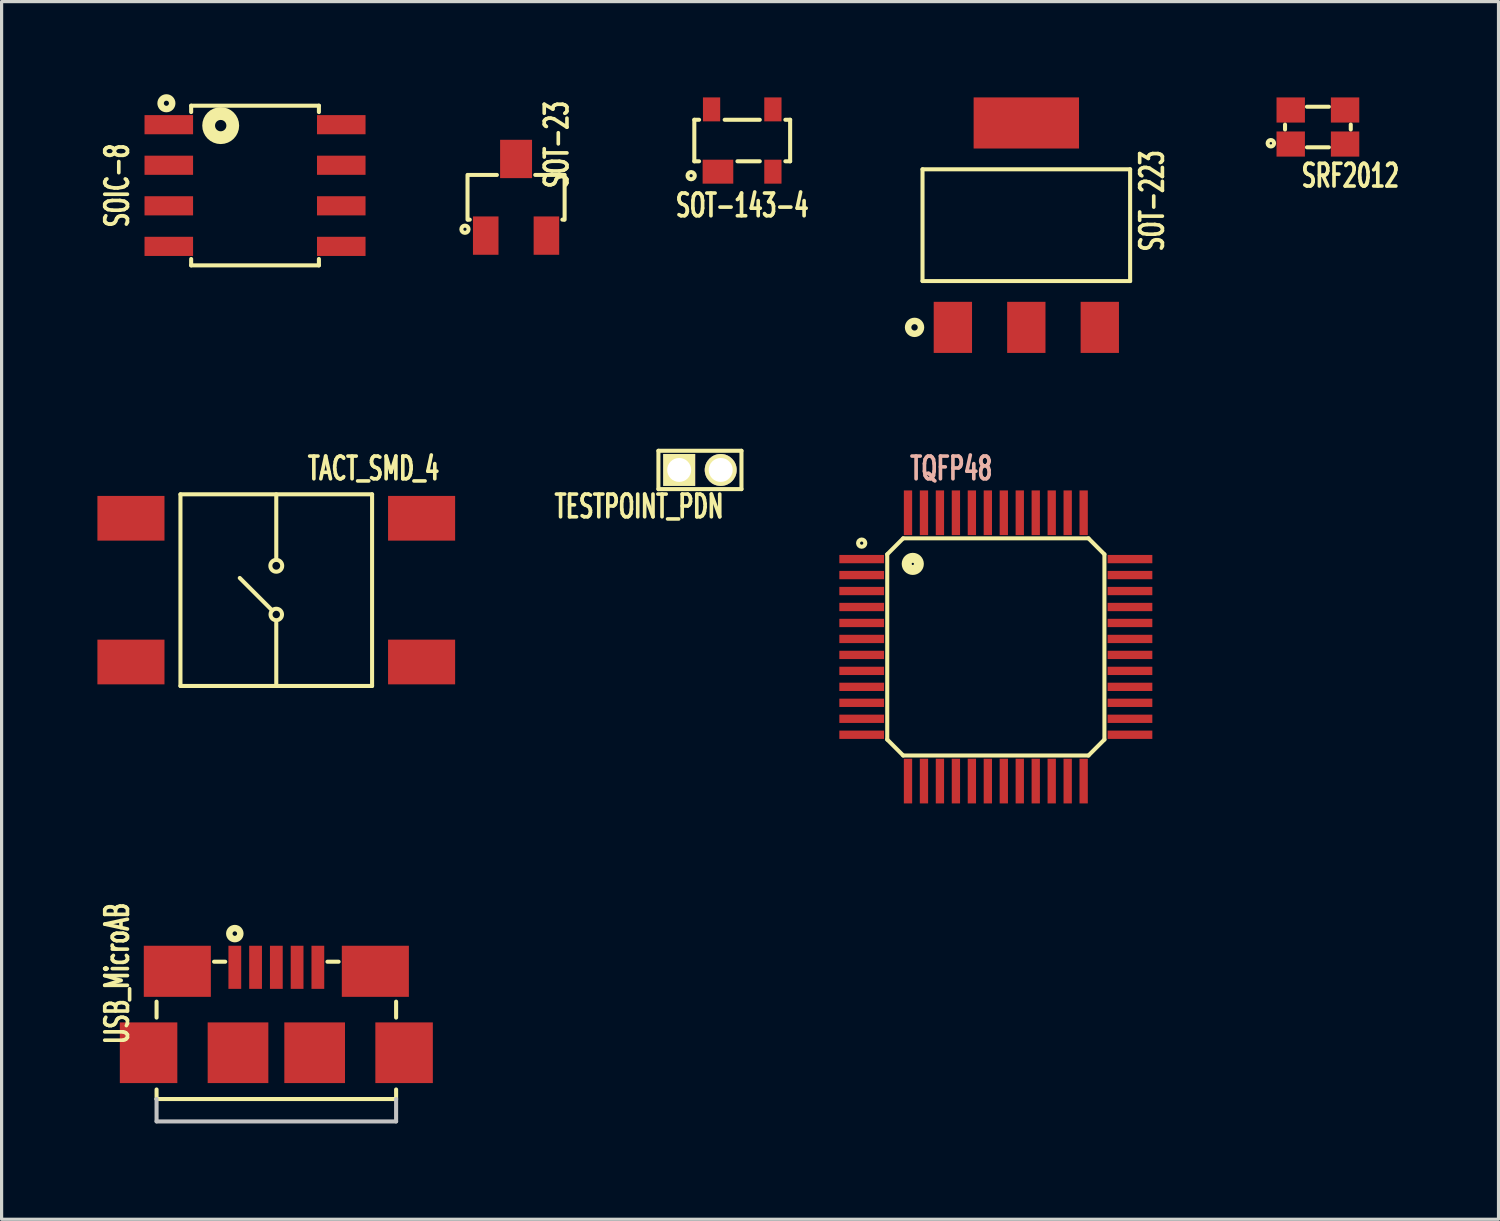
<source format=kicad_pcb>
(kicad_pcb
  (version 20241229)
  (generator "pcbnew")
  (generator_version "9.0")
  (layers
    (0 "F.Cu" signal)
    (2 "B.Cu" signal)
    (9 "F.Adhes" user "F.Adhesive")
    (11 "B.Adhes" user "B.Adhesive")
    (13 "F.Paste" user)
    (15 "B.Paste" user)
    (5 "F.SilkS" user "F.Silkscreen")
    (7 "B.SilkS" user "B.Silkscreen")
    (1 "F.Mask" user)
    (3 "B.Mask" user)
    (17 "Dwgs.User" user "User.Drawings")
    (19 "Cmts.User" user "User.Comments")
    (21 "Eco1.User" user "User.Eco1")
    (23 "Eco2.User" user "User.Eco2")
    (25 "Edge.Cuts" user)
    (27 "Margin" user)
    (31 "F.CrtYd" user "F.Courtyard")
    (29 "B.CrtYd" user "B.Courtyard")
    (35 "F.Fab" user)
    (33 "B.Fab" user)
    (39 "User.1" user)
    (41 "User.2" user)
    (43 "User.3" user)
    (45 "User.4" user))
  (footprint "TESTPOINT_PDN"
    (layer "F.Cu")
    (at 18.865 11.664)
    (property "Reference" "TESTPOINT_PDN" (at -1.905 1.143 0) (layer "F.SilkS") (effects (font (size 0.711 0.457) (thickness 0.114))))
    (attr through_hole)
    (fp_line (start -1.3 -0.6) (end 1.3 -0.6) (stroke (width 0.127) (type solid)) (layer "F.SilkS"))
    (fp_line (start -1.3 0.6) (end -1.3 -0.6) (stroke (width 0.127) (type solid)) (layer "F.SilkS"))
    (fp_line (start 1.3 -0.6) (end 1.3 0.6) (stroke (width 0.127) (type solid)) (layer "F.SilkS"))
    (fp_line (start 1.3 0.6) (end -1.3 0.6) (stroke (width 0.127) (type solid)) (layer "F.SilkS"))
    (pad "1" thru_hole rect (at -0.65 0) (size 1 1) (drill 0.75) (layers "*.Cu" "*.Mask" "F.SilkS"))
    (pad "2" thru_hole circle (at 0.65 0) (size 1 1) (drill 0.75) (layers "*.Cu" "*.Mask" "F.SilkS")))
  (footprint "SOT-143-4"
    (layer "F.Cu")
    (at 20.189 1.35)
    (property "Reference" "SOT-143-4" (at 0 2.032 0) (layer "F.SilkS") (effects (font (size 0.711 0.457) (thickness 0.114))))
    (attr smd)
    (fp_line (start -1.5 -0.65) (end -1.5 0.65) (stroke (width 0.127) (type solid)) (layer "F.SilkS"))
    (fp_line (start -1.5 -0.65) (end -1.35 -0.65) (stroke (width 0.127) (type solid)) (layer "F.SilkS"))
    (fp_line (start -1.5 0.65) (end -1.35 0.65) (stroke (width 0.127) (type solid)) (layer "F.SilkS"))
    (fp_line (start -0.55 -0.65) (end 0.55 -0.65) (stroke (width 0.127) (type solid)) (layer "F.SilkS"))
    (fp_line (start -0.15 0.65) (end 0.55 0.65) (stroke (width 0.127) (type solid)) (layer "F.SilkS"))
    (fp_line (start 1.5 -0.65) (end 1.35 -0.65) (stroke (width 0.127) (type solid)) (layer "F.SilkS"))
    (fp_line (start 1.5 -0.65) (end 1.5 0.65) (stroke (width 0.127) (type solid)) (layer "F.SilkS"))
    (fp_line (start 1.5 0.65) (end 1.35 0.65) (stroke (width 0.127) (type solid)) (layer "F.SilkS"))
    (fp_circle (center -1.6 1.1) (end -1.55 1.1) (stroke (width 0.127) (type solid)) (fill no) (layer "F.SilkS"))
    (pad "1" smd rect (at -0.76 0.975) (size 0.96 0.75) (layers "F.Cu" "F.Mask" "F.Paste"))
    (pad "2" smd rect (at 0.96 0.975) (size 0.54 0.75) (layers "F.Cu" "F.Mask" "F.Paste"))
    (pad "3" smd rect (at 0.96 -0.975) (size 0.54 0.75) (layers "F.Cu" "F.Mask" "F.Paste"))
    (pad "4" smd rect (at -0.96 -0.975) (size 0.54 0.75) (layers "F.Cu" "F.Mask" "F.Paste")))
  (footprint "SOT-23"
    (layer "F.Cu")
    (at 13.108 3.127)
    (property "Reference" "SOT-23" (at 1.27 -1.651 270) (layer "F.SilkS") (effects (font (size 0.711 0.457) (thickness 0.114))))
    (attr through_hole)
    (fp_line (start -1.52 0.7) (end -1.52 -0.7) (stroke (width 0.127) (type solid)) (layer "F.SilkS"))
    (fp_line (start -1.499 -0.7) (end -0.6 -0.7) (stroke (width 0.127) (type solid)) (layer "F.SilkS"))
    (fp_line (start -1.45 0.7) (end -1.499 0.7) (stroke (width 0.127) (type solid)) (layer "F.SilkS"))
    (fp_line (start 0.6 -0.7) (end 1.499 -0.7) (stroke (width 0.127) (type solid)) (layer "F.SilkS"))
    (fp_line (start 1.499 0.7) (end 1.45 0.7) (stroke (width 0.127) (type solid)) (layer "F.SilkS"))
    (fp_line (start 1.52 -0.7) (end 1.52 0.7) (stroke (width 0.127) (type solid)) (layer "F.SilkS"))
    (fp_circle (center -1.6 1) (end -1.6 0.95) (stroke (width 0.127) (type solid)) (fill no) (layer "F.SilkS"))
    (pad "1" smd rect (at -0.95 1.2) (size 0.8 1.2) (layers "F.Cu" "F.Mask" "F.Paste"))
    (pad "2" smd rect (at 0.95 1.2) (size 0.8 1.2) (layers "F.Cu" "F.Mask" "F.Paste"))
    (pad "3" smd rect (at 0 -1.2) (size 1 1.2) (layers "F.Cu" "F.Mask" "F.Paste")))
  (footprint "TQFP48"
    (layer "F.Cu")
    (at 28.129 17.205)
    (property "Reference" "TQFP48" (at -1.397 -5.588 0) (layer "B.SilkS") (effects (font (size 0.711 0.457) (thickness 0.114))))
    (attr smd)
    (fp_line (start -3.4 -2.9) (end -2.9 -3.4) (stroke (width 0.127) (type solid)) (layer "F.SilkS"))
    (fp_line (start -3.4 2.9) (end -3.4 -2.9) (stroke (width 0.127) (type solid)) (layer "F.SilkS"))
    (fp_line (start -2.9 -3.4) (end 2.9 -3.4) (stroke (width 0.127) (type solid)) (layer "F.SilkS"))
    (fp_line (start -2.9 3.4) (end -3.4 2.9) (stroke (width 0.127) (type solid)) (layer "F.SilkS"))
    (fp_line (start 2.9 -3.4) (end 3.4 -2.9) (stroke (width 0.127) (type solid)) (layer "F.SilkS"))
    (fp_line (start 2.9 3.4) (end -2.9 3.4) (stroke (width 0.127) (type solid)) (layer "F.SilkS"))
    (fp_line (start 3.4 -2.9) (end 3.4 2.9) (stroke (width 0.127) (type solid)) (layer "F.SilkS"))
    (fp_line (start 3.4 2.9) (end 2.9 3.4) (stroke (width 0.127) (type solid)) (layer "F.SilkS"))
    (fp_circle (center -4.2 -3.25) (end -4.2 -3.3) (stroke (width 0.127) (type solid)) (fill no) (layer "F.SilkS"))
    (fp_circle (center -2.6 -2.6) (end -2.8 -2.8) (stroke (width 0.127) (type solid)) (fill no) (layer "F.SilkS"))
    (fp_circle (center -2.6 -2.6) (end -2.6 -2.7) (stroke (width 0.127) (type solid)) (fill no) (layer "F.SilkS"))
    (fp_circle (center -2.6 -2.6) (end -2.6 -2.65) (stroke (width 0.127) (type solid)) (fill no) (layer "F.SilkS"))
    (fp_circle (center -2.6 -2.6) (end -2.55 -2.8) (stroke (width 0.127) (type solid)) (fill no) (layer "F.SilkS"))
    (pad "1" smd rect (at -4.2 -2.75 270) (size 0.26 1.4) (layers "F.Cu" "F.Mask" "F.Paste"))
    (pad "2" smd rect (at -4.2 -2.25 270) (size 0.26 1.4) (layers "F.Cu" "F.Mask" "F.Paste"))
    (pad "3" smd rect (at -4.2 -1.75 270) (size 0.26 1.4) (layers "F.Cu" "F.Mask" "F.Paste"))
    (pad "4" smd rect (at -4.2 -1.25 270) (size 0.26 1.4) (layers "F.Cu" "F.Mask" "F.Paste"))
    (pad "5" smd rect (at -4.2 -0.75 270) (size 0.26 1.4) (layers "F.Cu" "F.Mask" "F.Paste"))
    (pad "6" smd rect (at -4.2 -0.25 270) (size 0.26 1.4) (layers "F.Cu" "F.Mask" "F.Paste"))
    (pad "7" smd rect (at -4.2 0.25 270) (size 0.26 1.4) (layers "F.Cu" "F.Mask" "F.Paste"))
    (pad "8" smd rect (at -4.2 0.75 270) (size 0.26 1.4) (layers "F.Cu" "F.Mask" "F.Paste"))
    (pad "9" smd rect (at -4.2 1.25 270) (size 0.26 1.4) (layers "F.Cu" "F.Mask" "F.Paste"))
    (pad "10" smd rect (at -4.2 1.75 270) (size 0.26 1.4) (layers "F.Cu" "F.Mask" "F.Paste"))
    (pad "11" smd rect (at -4.2 2.25 270) (size 0.26 1.4) (layers "F.Cu" "F.Mask" "F.Paste"))
    (pad "12" smd rect (at -4.2 2.75 270) (size 0.26 1.4) (layers "F.Cu" "F.Mask" "F.Paste"))
    (pad "13" smd rect (at -2.75 4.2) (size 0.26 1.4) (layers "F.Cu" "F.Mask" "F.Paste"))
    (pad "14" smd rect (at -2.25 4.2) (size 0.26 1.4) (layers "F.Cu" "F.Mask" "F.Paste"))
    (pad "15" smd rect (at -1.75 4.2) (size 0.26 1.4) (layers "F.Cu" "F.Mask" "F.Paste"))
    (pad "16" smd rect (at -1.25 4.2) (size 0.26 1.4) (layers "F.Cu" "F.Mask" "F.Paste"))
    (pad "17" smd rect (at -0.75 4.2) (size 0.26 1.4) (layers "F.Cu" "F.Mask" "F.Paste"))
    (pad "18" smd rect (at -0.25 4.2) (size 0.26 1.4) (layers "F.Cu" "F.Mask" "F.Paste"))
    (pad "19" smd rect (at 0.25 4.2) (size 0.26 1.4) (layers "F.Cu" "F.Mask" "F.Paste"))
    (pad "20" smd rect (at 0.75 4.2) (size 0.26 1.4) (layers "F.Cu" "F.Mask" "F.Paste"))
    (pad "21" smd rect (at 1.25 4.2) (size 0.26 1.4) (layers "F.Cu" "F.Mask" "F.Paste"))
    (pad "22" smd rect (at 1.75 4.2) (size 0.26 1.4) (layers "F.Cu" "F.Mask" "F.Paste"))
    (pad "23" smd rect (at 2.25 4.2) (size 0.26 1.4) (layers "F.Cu" "F.Mask" "F.Paste"))
    (pad "24" smd rect (at 2.75 4.2) (size 0.26 1.4) (layers "F.Cu" "F.Mask" "F.Paste"))
    (pad "25" smd rect (at 4.2 2.75 270) (size 0.26 1.4) (layers "F.Cu" "F.Mask" "F.Paste"))
    (pad "26" smd rect (at 4.2 2.25 270) (size 0.26 1.4) (layers "F.Cu" "F.Mask" "F.Paste"))
    (pad "27" smd rect (at 4.2 1.75 270) (size 0.26 1.4) (layers "F.Cu" "F.Mask" "F.Paste"))
    (pad "28" smd rect (at 4.2 1.25 270) (size 0.26 1.4) (layers "F.Cu" "F.Mask" "F.Paste"))
    (pad "29" smd rect (at 4.2 0.75 270) (size 0.26 1.4) (layers "F.Cu" "F.Mask" "F.Paste"))
    (pad "30" smd rect (at 4.2 0.25 270) (size 0.26 1.4) (layers "F.Cu" "F.Mask" "F.Paste"))
    (pad "31" smd rect (at 4.2 -0.25 270) (size 0.26 1.4) (layers "F.Cu" "F.Mask" "F.Paste"))
    (pad "32" smd rect (at 4.2 -0.75 270) (size 0.26 1.4) (layers "F.Cu" "F.Mask" "F.Paste"))
    (pad "33" smd rect (at 4.2 -1.25 270) (size 0.26 1.4) (layers "F.Cu" "F.Mask" "F.Paste"))
    (pad "34" smd rect (at 4.2 -1.75 270) (size 0.26 1.4) (layers "F.Cu" "F.Mask" "F.Paste"))
    (pad "35" smd rect (at 4.2 -2.25 270) (size 0.26 1.4) (layers "F.Cu" "F.Mask" "F.Paste"))
    (pad "36" smd rect (at 4.2 -2.75 270) (size 0.26 1.4) (layers "F.Cu" "F.Mask" "F.Paste"))
    (pad "37" smd rect (at 2.75 -4.2) (size 0.26 1.4) (layers "F.Cu" "F.Mask" "F.Paste"))
    (pad "38" smd rect (at 2.25 -4.2) (size 0.26 1.4) (layers "F.Cu" "F.Mask" "F.Paste"))
    (pad "39" smd rect (at 1.75 -4.2) (size 0.26 1.4) (layers "F.Cu" "F.Mask" "F.Paste"))
    (pad "40" smd rect (at 1.25 -4.2) (size 0.26 1.4) (layers "F.Cu" "F.Mask" "F.Paste"))
    (pad "41" smd rect (at 0.75 -4.2) (size 0.26 1.4) (layers "F.Cu" "F.Mask" "F.Paste"))
    (pad "42" smd rect (at 0.25 -4.2) (size 0.26 1.4) (layers "F.Cu" "F.Mask" "F.Paste"))
    (pad "43" smd rect (at -0.25 -4.2) (size 0.26 1.4) (layers "F.Cu" "F.Mask" "F.Paste"))
    (pad "44" smd rect (at -0.75 -4.2) (size 0.26 1.4) (layers "F.Cu" "F.Mask" "F.Paste"))
    (pad "45" smd rect (at -1.25 -4.2) (size 0.26 1.4) (layers "F.Cu" "F.Mask" "F.Paste"))
    (pad "46" smd rect (at -1.75 -4.2) (size 0.26 1.4) (layers "F.Cu" "F.Mask" "F.Paste"))
    (pad "47" smd rect (at -2.25 -4.2) (size 0.26 1.4) (layers "F.Cu" "F.Mask" "F.Paste"))
    (pad "48" smd rect (at -2.75 -4.2) (size 0.26 1.4) (layers "F.Cu" "F.Mask" "F.Paste")))
  (footprint "SRF2012"
    (layer "F.Cu")
    (at 38.213 0.927)
    (property "Reference" "SRF2012" (at 1.016 1.524 0) (layer "F.SilkS") (effects (font (size 0.711 0.457) (thickness 0.114))))
    (attr through_hole)
    (fp_line (start -1.029 -0.076) (end -1.029 0.076) (stroke (width 0.127) (type solid)) (layer "F.SilkS"))
    (fp_line (start -0.343 -0.635) (end 0.343 -0.635) (stroke (width 0.127) (type solid)) (layer "F.SilkS"))
    (fp_line (start -0.343 0.635) (end 0.343 0.635) (stroke (width 0.127) (type solid)) (layer "F.SilkS"))
    (fp_line (start 1.029 -0.076) (end 1.029 0.076) (stroke (width 0.127) (type solid)) (layer "F.SilkS"))
    (fp_circle (center -1.473 0.508) (end -1.473 0.47) (stroke (width 0.127) (type solid)) (fill no) (layer "F.SilkS"))
    (pad "1" smd rect (at -0.851 0.533) (size 0.889 0.787) (layers "F.Cu" "F.Mask" "F.Paste"))
    (pad "2" smd rect (at 0.851 0.533) (size 0.889 0.787) (layers "F.Cu" "F.Mask" "F.Paste"))
    (pad "3" smd rect (at 0.851 -0.533) (size 0.889 0.787) (layers "F.Cu" "F.Mask" "F.Paste"))
    (pad "4" smd rect (at -0.851 -0.533) (size 0.889 0.787) (layers "F.Cu" "F.Mask" "F.Paste")))
  (footprint "SOT-223"
    (layer "F.Cu")
    (at 29.084 4)
    (property "Reference" "SOT-223" (at 3.937 -0.762 270) (layer "F.SilkS") (effects (font (size 0.711 0.457) (thickness 0.114))))
    (attr smd)
    (fp_line (start -3.25 -1.75) (end -3.25 1.75) (stroke (width 0.127) (type solid)) (layer "F.SilkS"))
    (fp_line (start -3.25 1.75) (end 3.25 1.75) (stroke (width 0.127) (type solid)) (layer "F.SilkS"))
    (fp_line (start 3.25 -1.75) (end -3.25 -1.75) (stroke (width 0.127) (type solid)) (layer "F.SilkS"))
    (fp_line (start 3.25 1.75) (end 3.25 -1.75) (stroke (width 0.127) (type solid)) (layer "F.SilkS"))
    (fp_circle (center -3.5 3.2) (end -3.4 3.2) (stroke (width 0.203) (type solid)) (fill no) (layer "F.SilkS"))
    (pad "1" smd rect (at -2.3 3.2) (size 1.2 1.6) (layers "F.Cu" "F.Mask" "F.Paste"))
    (pad "2" smd rect (at 0 -3.2) (size 3.3 1.6) (layers "F.Cu" "F.Mask" "F.Paste"))
    (pad "2" smd rect (at 0 3.2) (size 1.2 1.6) (layers "F.Cu" "F.Mask" "F.Paste"))
    (pad "3" smd rect (at 2.3 3.2) (size 1.2 1.6) (layers "F.Cu" "F.Mask" "F.Paste")))
  (footprint "SOIC-8"
    (layer "F.Cu")
    (at 4.935 2.759)
    (property "Reference" "SOIC-8" (at -4.318 0 270) (layer "F.SilkS") (effects (font (size 0.711 0.457) (thickness 0.114))))
    (attr through_hole)
    (fp_line (start -2 -2.5) (end -2 -2.3) (stroke (width 0.127) (type solid)) (layer "F.SilkS"))
    (fp_line (start -2 2.5) (end -2 2.3) (stroke (width 0.127) (type solid)) (layer "F.SilkS"))
    (fp_line (start -2 2.5) (end 2 2.5) (stroke (width 0.127) (type solid)) (layer "F.SilkS"))
    (fp_line (start 2 -2.5) (end -2 -2.5) (stroke (width 0.127) (type solid)) (layer "F.SilkS"))
    (fp_line (start 2 -2.5) (end 2 -2.3) (stroke (width 0.127) (type solid)) (layer "F.SilkS"))
    (fp_line (start 2 2.5) (end 2 2.3) (stroke (width 0.127) (type solid)) (layer "F.SilkS"))
    (fp_circle (center -2.775 -2.576) (end -2.8 -2.5) (stroke (width 0.203) (type solid)) (fill no) (layer "F.SilkS"))
    (fp_circle (center -1.075 -1.876) (end -1.1 -1.7) (stroke (width 0.4) (type solid)) (fill no) (layer "F.SilkS"))
    (pad "1" smd rect (at -2.7 -1.905 270) (size 0.6 1.52) (layers "F.Cu" "F.Mask" "F.Paste"))
    (pad "2" smd rect (at -2.7 -0.635 270) (size 0.6 1.52) (layers "F.Cu" "F.Mask" "F.Paste"))
    (pad "3" smd rect (at -2.7 0.635 270) (size 0.6 1.52) (layers "F.Cu" "F.Mask" "F.Paste"))
    (pad "4" smd rect (at -2.7 1.905 270) (size 0.6 1.52) (layers "F.Cu" "F.Mask" "F.Paste"))
    (pad "5" smd rect (at 2.7 1.905 270) (size 0.6 1.52) (layers "F.Cu" "F.Mask" "F.Paste"))
    (pad "6" smd rect (at 2.7 0.635 270) (size 0.6 1.52) (layers "F.Cu" "F.Mask" "F.Paste"))
    (pad "7" smd rect (at 2.7 -0.635 270) (size 0.6 1.52) (layers "F.Cu" "F.Mask" "F.Paste"))
    (pad "8" smd rect (at 2.7 -1.905 270) (size 0.6 1.52) (layers "F.Cu" "F.Mask" "F.Paste")))
  (footprint "TACT_SMD_4"
    (layer "F.Cu")
    (at 5.6 15.427)
    (property "Reference" "TACT_SMD_4" (at 3.048 -3.81 0) (layer "F.SilkS") (effects (font (size 0.711 0.457) (thickness 0.114))))
    (attr through_hole)
    (fp_line (start -3 -3) (end 3 -3) (stroke (width 0.127) (type solid)) (layer "F.SilkS"))
    (fp_line (start -3 3) (end -3 -3) (stroke (width 0.127) (type solid)) (layer "F.SilkS"))
    (fp_line (start -1.143 -0.381) (end -0.127 0.635) (stroke (width 0.127) (type solid)) (layer "F.SilkS"))
    (fp_line (start 0 -3) (end 0 -1.016) (stroke (width 0.127) (type solid)) (layer "F.SilkS"))
    (fp_line (start 0 1.016) (end 0 3) (stroke (width 0.127) (type solid)) (layer "F.SilkS"))
    (fp_line (start 3 -3) (end 3 3) (stroke (width 0.127) (type solid)) (layer "F.SilkS"))
    (fp_line (start 3 3) (end -3 3) (stroke (width 0.127) (type solid)) (layer "F.SilkS"))
    (fp_circle (center 0 -0.762) (end 0.127 -0.627) (stroke (width 0.127) (type solid)) (fill no) (layer "F.SilkS"))
    (fp_circle (center 0 0.762) (end 0.127 0.889) (stroke (width 0.127) (type solid)) (fill no) (layer "F.SilkS"))
    (pad "1" smd rect (at 4.55 -2.25) (size 2.1 1.4) (layers "F.Cu" "F.Mask" "F.Paste"))
    (pad "2" smd rect (at 4.55 2.25) (size 2.1 1.4) (layers "F.Cu" "F.Mask" "F.Paste"))
    (pad "3" smd rect (at -4.55 -2.25) (size 2.1 1.4) (layers "F.Cu" "F.Mask" "F.Paste"))
    (pad "4" smd rect (at -4.55 2.25) (size 2.1 1.4) (layers "F.Cu" "F.Mask" "F.Paste")))
  (footprint "USB_MicroAB"
    (layer "F.Cu")
    (at 5.602 29.911)
    (property "Reference" "USB_MicroAB" (at -4.985 -2.482 90) (layer "F.SilkS") (effects (font (size 0.711 0.457) (thickness 0.114))))
    (attr smd)
    (fp_line (start -3.75 -1.6) (end -3.75 -1.1) (stroke (width 0.127) (type solid)) (layer "F.SilkS"))
    (fp_line (start -3.75 1.45) (end -3.75 1.15) (stroke (width 0.127) (type solid)) (layer "F.SilkS"))
    (fp_line (start -3.75 1.45) (end 3.75 1.45) (stroke (width 0.127) (type solid)) (layer "F.SilkS"))
    (fp_line (start -1.95 -2.85) (end -1.6 -2.85) (stroke (width 0.127) (type solid)) (layer "F.SilkS"))
    (fp_line (start 1.6 -2.85) (end 1.95 -2.85) (stroke (width 0.127) (type solid)) (layer "F.SilkS"))
    (fp_line (start 3.75 -1.6) (end 3.75 -1.1) (stroke (width 0.127) (type solid)) (layer "F.SilkS"))
    (fp_line (start 3.75 1.15) (end 3.75 1.45) (stroke (width 0.127) (type solid)) (layer "F.SilkS"))
    (fp_circle (center -1.3 -3.73) (end -1.25 -3.68) (stroke (width 0.203) (type solid)) (fill no) (layer "F.SilkS"))
    (fp_line (start -3.75 1.45) (end -3.75 2.15) (stroke (width 0.127) (type solid)) (layer "Dwgs.User"))
    (fp_line (start -3.75 2.15) (end 3.75 2.15) (stroke (width 0.127) (type solid)) (layer "Dwgs.User"))
    (fp_line (start 3.75 1.45) (end 3.75 2.15) (stroke (width 0.127) (type solid)) (layer "Dwgs.User"))
    (pad "1" smd rect (at -1.3 -2.675) (size 0.4 1.35) (layers "F.Cu" "F.Mask" "F.Paste"))
    (pad "2" smd rect (at -0.65 -2.675) (size 0.4 1.35) (layers "F.Cu" "F.Mask" "F.Paste"))
    (pad "3" smd rect (at 0 -2.675) (size 0.4 1.35) (layers "F.Cu" "F.Mask" "F.Paste"))
    (pad "4" smd rect (at 0.65 -2.675) (size 0.4 1.35) (layers "F.Cu" "F.Mask" "F.Paste"))
    (pad "5" smd rect (at 1.3 -2.675) (size 0.4 1.35) (layers "F.Cu" "F.Mask" "F.Paste"))
    (pad "6" smd rect (at -3.1 -2.55) (size 2.1 1.6) (layers "F.Cu" "F.Mask" "F.Paste"))
    (pad "6" smd rect (at 3.1 -2.55) (size 2.1 1.6) (layers "F.Cu" "F.Mask" "F.Paste"))
    (pad "7" smd rect (at -4 0) (size 1.8 1.9) (layers "F.Cu" "F.Mask" "F.Paste"))
    (pad "7" smd rect (at 4 0) (size 1.8 1.9) (layers "F.Cu" "F.Mask" "F.Paste"))
    (pad "8" smd rect (at -1.2 0) (size 1.9 1.9) (layers "F.Cu" "F.Mask" "F.Paste"))
    (pad "9" smd rect (at 1.2 0) (size 1.9 1.9) (layers "F.Cu" "F.Mask" "F.Paste")))
  (gr_rect
    (start -3 -3)
    (end 43.868 35.125)
    (stroke (width 0.1) (type default))
    (fill no)
    (layer "Edge.Cuts")))
</source>
